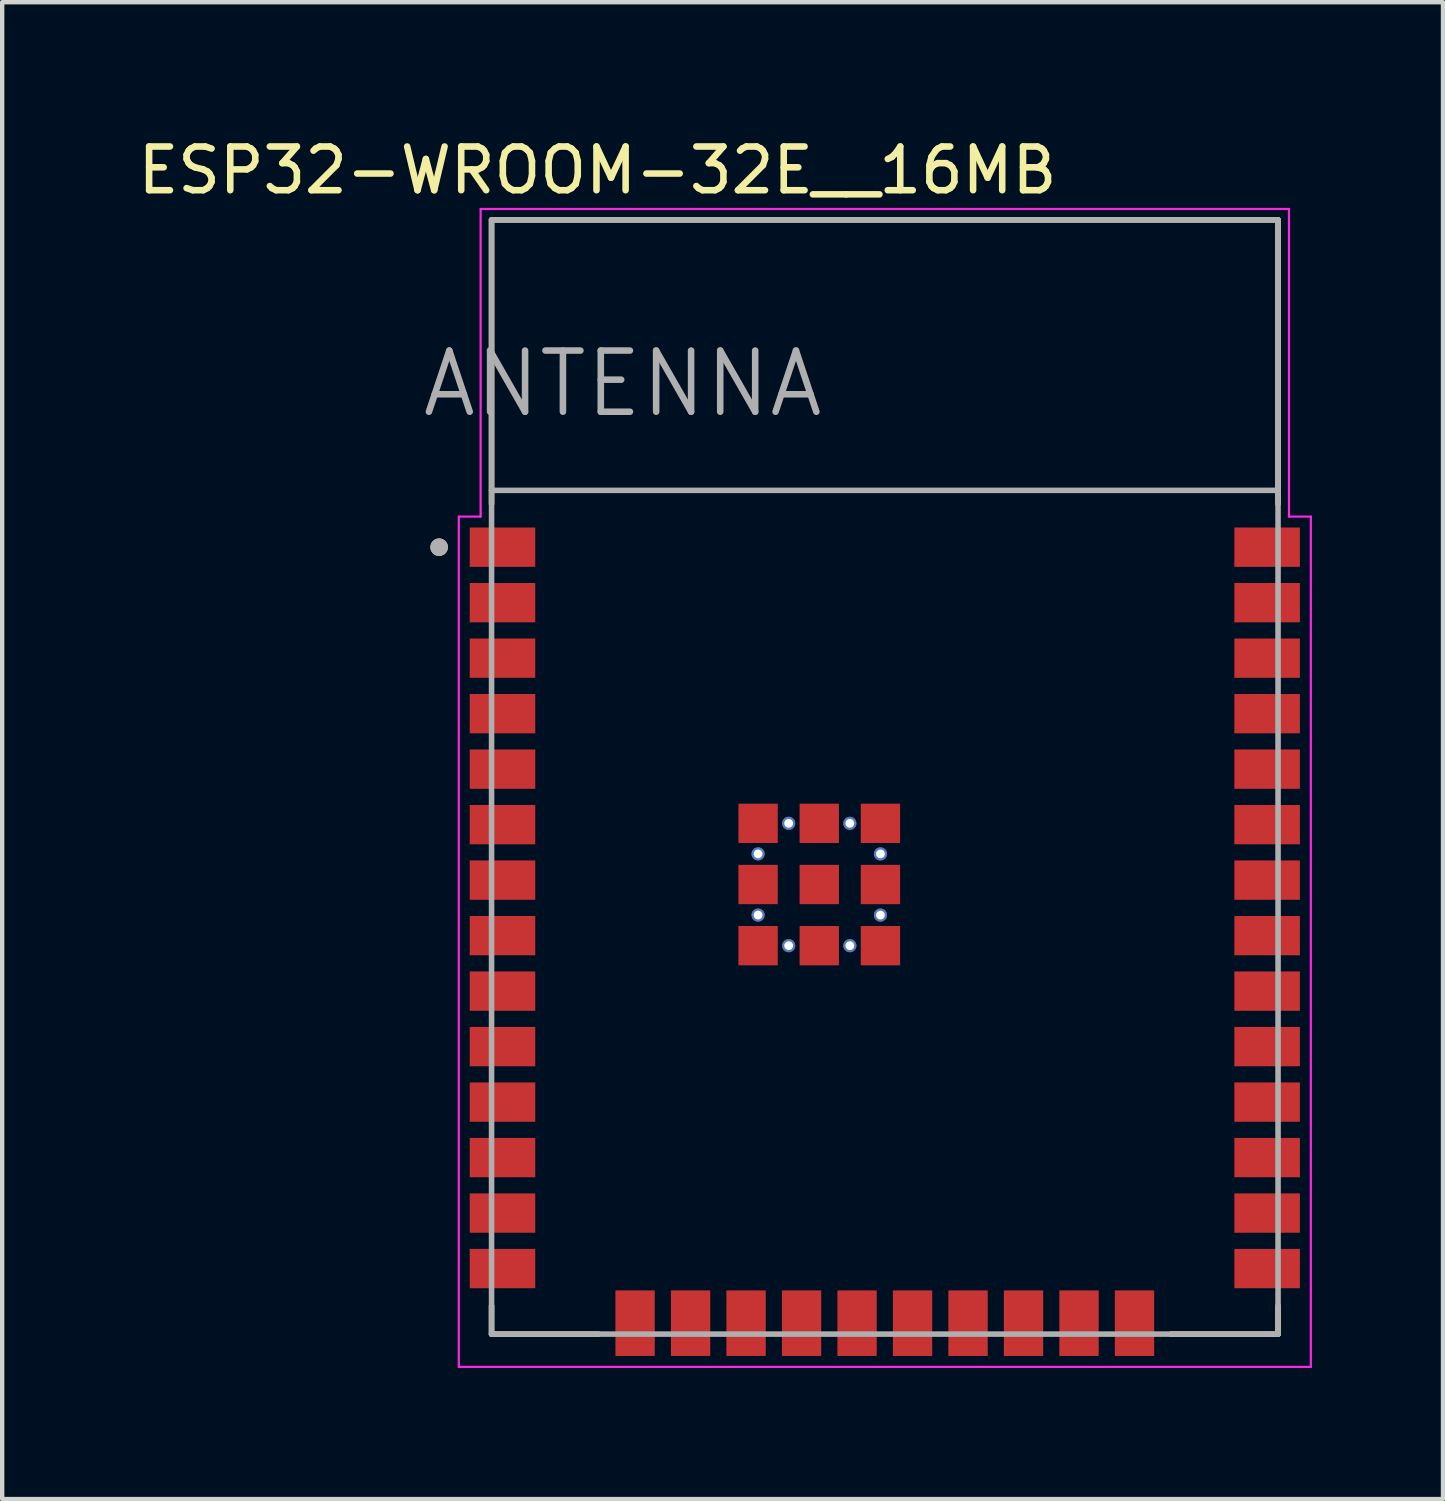
<source format=kicad_pcb>
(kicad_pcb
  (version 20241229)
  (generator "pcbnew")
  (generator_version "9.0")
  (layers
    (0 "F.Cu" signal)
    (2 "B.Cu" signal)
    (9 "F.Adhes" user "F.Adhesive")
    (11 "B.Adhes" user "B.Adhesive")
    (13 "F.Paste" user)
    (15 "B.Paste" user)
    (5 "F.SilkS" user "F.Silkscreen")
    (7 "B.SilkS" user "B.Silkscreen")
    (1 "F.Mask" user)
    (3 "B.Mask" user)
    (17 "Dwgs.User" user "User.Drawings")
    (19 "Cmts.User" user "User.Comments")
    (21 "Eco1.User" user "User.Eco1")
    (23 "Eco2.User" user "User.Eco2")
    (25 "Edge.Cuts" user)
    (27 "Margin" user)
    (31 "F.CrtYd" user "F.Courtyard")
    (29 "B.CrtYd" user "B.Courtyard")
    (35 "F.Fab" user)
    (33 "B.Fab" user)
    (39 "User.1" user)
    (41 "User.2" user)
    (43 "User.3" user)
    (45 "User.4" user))
  (footprint "ESP32-WROOM-32E__16MB"
    (layer "F.Cu")
    (at 17.2 14.733)
    (property "Reference" "ESP32-WROOM-32E__16MB" (at -6.575 -13.885 0) (layer "F.SilkS") (effects (font (size 1 1) (thickness 0.15))))
    (attr through_hole)
    (fp_line (start -9 -12.75) (end 9 -12.75) (stroke (width 0.127) (type solid)) (layer "F.SilkS"))
    (fp_line (start -9 -6.25) (end -9 -12.75) (stroke (width 0.127) (type solid)) (layer "F.SilkS"))
    (fp_line (start -9 12.1) (end -9 12.75) (stroke (width 0.127) (type solid)) (layer "F.SilkS"))
    (fp_line (start -9 12.75) (end -6.55 12.75) (stroke (width 0.127) (type solid)) (layer "F.SilkS"))
    (fp_line (start 6.55 12.75) (end 9 12.75) (stroke (width 0.127) (type solid)) (layer "F.SilkS"))
    (fp_line (start 9 -12.75) (end 9 -6.25) (stroke (width 0.127) (type solid)) (layer "F.SilkS"))
    (fp_line (start 9 12.75) (end 9 12.1) (stroke (width 0.127) (type solid)) (layer "F.SilkS"))
    (fp_circle (center -10.2 -5.26) (end -10.1 -5.26) (stroke (width 0.2) (type solid)) (fill no) (layer "F.SilkS"))
    (fp_line (start -9.75 -5.96) (end -9.25 -5.96) (stroke (width 0.05) (type solid)) (layer "F.CrtYd"))
    (fp_line (start -9.75 13.5) (end -9.75 -5.96) (stroke (width 0.05) (type solid)) (layer "F.CrtYd"))
    (fp_line (start -9.25 -13) (end 9.25 -13) (stroke (width 0.05) (type solid)) (layer "F.CrtYd"))
    (fp_line (start -9.25 -5.96) (end -9.25 -13) (stroke (width 0.05) (type solid)) (layer "F.CrtYd"))
    (fp_line (start 9.25 -13) (end 9.25 -5.96) (stroke (width 0.05) (type solid)) (layer "F.CrtYd"))
    (fp_line (start 9.25 -5.96) (end 9.75 -5.96) (stroke (width 0.05) (type solid)) (layer "F.CrtYd"))
    (fp_line (start 9.75 -5.96) (end 9.75 13.5) (stroke (width 0.05) (type solid)) (layer "F.CrtYd"))
    (fp_line (start 9.75 13.5) (end -9.75 13.5) (stroke (width 0.05) (type solid)) (layer "F.CrtYd"))
    (fp_line (start -9 -12.75) (end -9 -6.56) (stroke (width 0.127) (type solid)) (layer "F.Fab"))
    (fp_line (start -9 -12.75) (end 9 -12.75) (stroke (width 0.127) (type solid)) (layer "F.Fab"))
    (fp_line (start -9 -6.56) (end 9 -6.56) (stroke (width 0.127) (type solid)) (layer "F.Fab"))
    (fp_line (start -9 12.75) (end -9 -6.56) (stroke (width 0.127) (type solid)) (layer "F.Fab"))
    (fp_line (start 9 -12.75) (end 9 -6.56) (stroke (width 0.127) (type solid)) (layer "F.Fab"))
    (fp_line (start 9 -6.56) (end 9 12.75) (stroke (width 0.127) (type solid)) (layer "F.Fab"))
    (fp_line (start 9 12.75) (end -9 12.75) (stroke (width 0.127) (type solid)) (layer "F.Fab"))
    (fp_circle (center -10.2 -5.26) (end -10.1 -5.26) (stroke (width 0.2) (type solid)) (fill no) (layer "F.Fab"))
    (fp_text user "ANTENNA" (at -6 -9 0) (layer "F.Fab") (effects (font (size 1.4 1.4) (thickness 0.15))))
    (pad "1" smd rect (at -8.75 -5.26) (size 1.5 0.9) (layers "F.Cu" "F.Mask" "F.Paste"))
    (pad "2" smd rect (at -8.75 -3.99) (size 1.5 0.9) (layers "F.Cu" "F.Mask" "F.Paste"))
    (pad "3" smd rect (at -8.75 -2.72) (size 1.5 0.9) (layers "F.Cu" "F.Mask" "F.Paste"))
    (pad "4" smd rect (at -8.75 -1.45) (size 1.5 0.9) (layers "F.Cu" "F.Mask" "F.Paste"))
    (pad "5" smd rect (at -8.75 -0.18) (size 1.5 0.9) (layers "F.Cu" "F.Mask" "F.Paste"))
    (pad "6" smd rect (at -8.75 1.09) (size 1.5 0.9) (layers "F.Cu" "F.Mask" "F.Paste"))
    (pad "7" smd rect (at -8.75 2.36) (size 1.5 0.9) (layers "F.Cu" "F.Mask" "F.Paste"))
    (pad "8" smd rect (at -8.75 3.63) (size 1.5 0.9) (layers "F.Cu" "F.Mask" "F.Paste"))
    (pad "9" smd rect (at -8.75 4.9) (size 1.5 0.9) (layers "F.Cu" "F.Mask" "F.Paste"))
    (pad "10" smd rect (at -8.75 6.17) (size 1.5 0.9) (layers "F.Cu" "F.Mask" "F.Paste"))
    (pad "11" smd rect (at -8.75 7.44) (size 1.5 0.9) (layers "F.Cu" "F.Mask" "F.Paste"))
    (pad "12" smd rect (at -8.75 8.71) (size 1.5 0.9) (layers "F.Cu" "F.Mask" "F.Paste"))
    (pad "13" smd rect (at -8.75 9.98) (size 1.5 0.9) (layers "F.Cu" "F.Mask" "F.Paste"))
    (pad "14" smd rect (at -8.75 11.25) (size 1.5 0.9) (layers "F.Cu" "F.Mask" "F.Paste"))
    (pad "15" smd rect (at -5.715 12.5) (size 0.9 1.5) (layers "F.Cu" "F.Mask" "F.Paste"))
    (pad "16" smd rect (at -4.445 12.5) (size 0.9 1.5) (layers "F.Cu" "F.Mask" "F.Paste"))
    (pad "17" smd rect (at -3.175 12.5) (size 0.9 1.5) (layers "F.Cu" "F.Mask" "F.Paste"))
    (pad "18" smd rect (at -1.905 12.5) (size 0.9 1.5) (layers "F.Cu" "F.Mask" "F.Paste"))
    (pad "19" smd rect (at -0.635 12.5) (size 0.9 1.5) (layers "F.Cu" "F.Mask" "F.Paste"))
    (pad "20" smd rect (at 0.635 12.5) (size 0.9 1.5) (layers "F.Cu" "F.Mask" "F.Paste"))
    (pad "21" smd rect (at 1.905 12.5) (size 0.9 1.5) (layers "F.Cu" "F.Mask" "F.Paste"))
    (pad "22" smd rect (at 3.175 12.5) (size 0.9 1.5) (layers "F.Cu" "F.Mask" "F.Paste"))
    (pad "23" smd rect (at 4.445 12.5) (size 0.9 1.5) (layers "F.Cu" "F.Mask" "F.Paste"))
    (pad "24" smd rect (at 5.715 12.5) (size 0.9 1.5) (layers "F.Cu" "F.Mask" "F.Paste"))
    (pad "25" smd rect (at 8.75 11.25) (size 1.5 0.9) (layers "F.Cu" "F.Mask" "F.Paste"))
    (pad "26" smd rect (at 8.75 9.98) (size 1.5 0.9) (layers "F.Cu" "F.Mask" "F.Paste"))
    (pad "27" smd rect (at 8.75 8.71) (size 1.5 0.9) (layers "F.Cu" "F.Mask" "F.Paste"))
    (pad "28" smd rect (at 8.75 7.44) (size 1.5 0.9) (layers "F.Cu" "F.Mask" "F.Paste"))
    (pad "29" smd rect (at 8.75 6.17) (size 1.5 0.9) (layers "F.Cu" "F.Mask" "F.Paste"))
    (pad "30" smd rect (at 8.75 4.9) (size 1.5 0.9) (layers "F.Cu" "F.Mask" "F.Paste"))
    (pad "31" smd rect (at 8.75 3.63) (size 1.5 0.9) (layers "F.Cu" "F.Mask" "F.Paste"))
    (pad "32" smd rect (at 8.75 2.36) (size 1.5 0.9) (layers "F.Cu" "F.Mask" "F.Paste"))
    (pad "33" smd rect (at 8.75 1.09) (size 1.5 0.9) (layers "F.Cu" "F.Mask" "F.Paste"))
    (pad "34" smd rect (at 8.75 -0.18) (size 1.5 0.9) (layers "F.Cu" "F.Mask" "F.Paste"))
    (pad "35" smd rect (at 8.75 -1.45) (size 1.5 0.9) (layers "F.Cu" "F.Mask" "F.Paste"))
    (pad "36" smd rect (at 8.75 -2.72) (size 1.5 0.9) (layers "F.Cu" "F.Mask" "F.Paste"))
    (pad "37" smd rect (at 8.75 -3.99) (size 1.5 0.9) (layers "F.Cu" "F.Mask" "F.Paste"))
    (pad "38" smd rect (at 8.75 -5.26) (size 1.5 0.9) (layers "F.Cu" "F.Mask" "F.Paste"))
    (pad "39_1" smd rect (at -2.9 1.06) (size 0.9 0.9) (layers "F.Cu" "F.Mask" "F.Paste"))
    (pad "39_2" smd rect (at -1.5 1.06) (size 0.9 0.9) (layers "F.Cu" "F.Mask" "F.Paste"))
    (pad "39_3" smd rect (at -0.1 1.06) (size 0.9 0.9) (layers "F.Cu" "F.Mask" "F.Paste"))
    (pad "39_4" smd rect (at -2.9 2.46) (size 0.9 0.9) (layers "F.Cu" "F.Mask" "F.Paste"))
    (pad "39_5" smd rect (at -1.5 2.46) (size 0.9 0.9) (layers "F.Cu" "F.Mask" "F.Paste"))
    (pad "39_6" smd rect (at -0.1 2.46) (size 0.9 0.9) (layers "F.Cu" "F.Mask" "F.Paste"))
    (pad "39_7" smd rect (at -2.9 3.86) (size 0.9 0.9) (layers "F.Cu" "F.Mask" "F.Paste"))
    (pad "39_8" smd rect (at -1.5 3.86) (size 0.9 0.9) (layers "F.Cu" "F.Mask" "F.Paste"))
    (pad "39_9" smd rect (at -0.1 3.86) (size 0.9 0.9) (layers "F.Cu" "F.Mask" "F.Paste"))
    (pad "39_10" thru_hole circle (at -2.2 1.06) (size 0.3 0.3) (drill 0.2) (layers "*.Cu"))
    (pad "39_11" thru_hole circle (at -0.8 1.06) (size 0.3 0.3) (drill 0.2) (layers "*.Cu"))
    (pad "39_12" thru_hole circle (at -2.9 1.76) (size 0.3 0.3) (drill 0.2) (layers "*.Cu"))
    (pad "39_14" thru_hole circle (at -0.1 1.76) (size 0.3 0.3) (drill 0.2) (layers "*.Cu"))
    (pad "39_17" thru_hole circle (at -2.9 3.16) (size 0.3 0.3) (drill 0.2) (layers "*.Cu"))
    (pad "39_19" thru_hole circle (at -0.1 3.16) (size 0.3 0.3) (drill 0.2) (layers "*.Cu"))
    (pad "39_20" thru_hole circle (at -2.2 3.86) (size 0.3 0.3) (drill 0.2) (layers "*.Cu"))
    (pad "39_21" thru_hole circle (at -0.8 3.86) (size 0.3 0.3) (drill 0.2) (layers "*.Cu"))
    (zone (net_name "") (layer "F.Cu") (hatch full 0.508) (connect_pads) (min_thickness 0.01) (filled_areas_thickness no) (keepout (tracks not_allowed) (vias not_allowed) (pads not_allowed) (copperpour not_allowed) (footprints allowed)) (placement (enabled no)) (fill) (polygon (pts (xy 8.2 1.983) (xy 26.2 1.983) (xy 26.2 8.173) (xy 8.2 8.173))))
    (zone (net_name "") (layers "F.Cu" "B.Cu") (hatch full 0.508) (connect_pads) (min_thickness 0.01) (filled_areas_thickness no) (keepout (tracks allowed) (vias not_allowed) (pads allowed) (copperpour allowed) (footprints allowed)) (placement (enabled no)) (fill) (polygon (pts (xy 8.2 1.983) (xy 26.2 1.983) (xy 26.2 8.173) (xy 8.2 8.173)))))
  (gr_rect
    (start -3 -3)
    (end 29.975 31.258)
    (stroke (width 0.1) (type default))
    (fill no)
    (layer "Edge.Cuts")))
</source>
